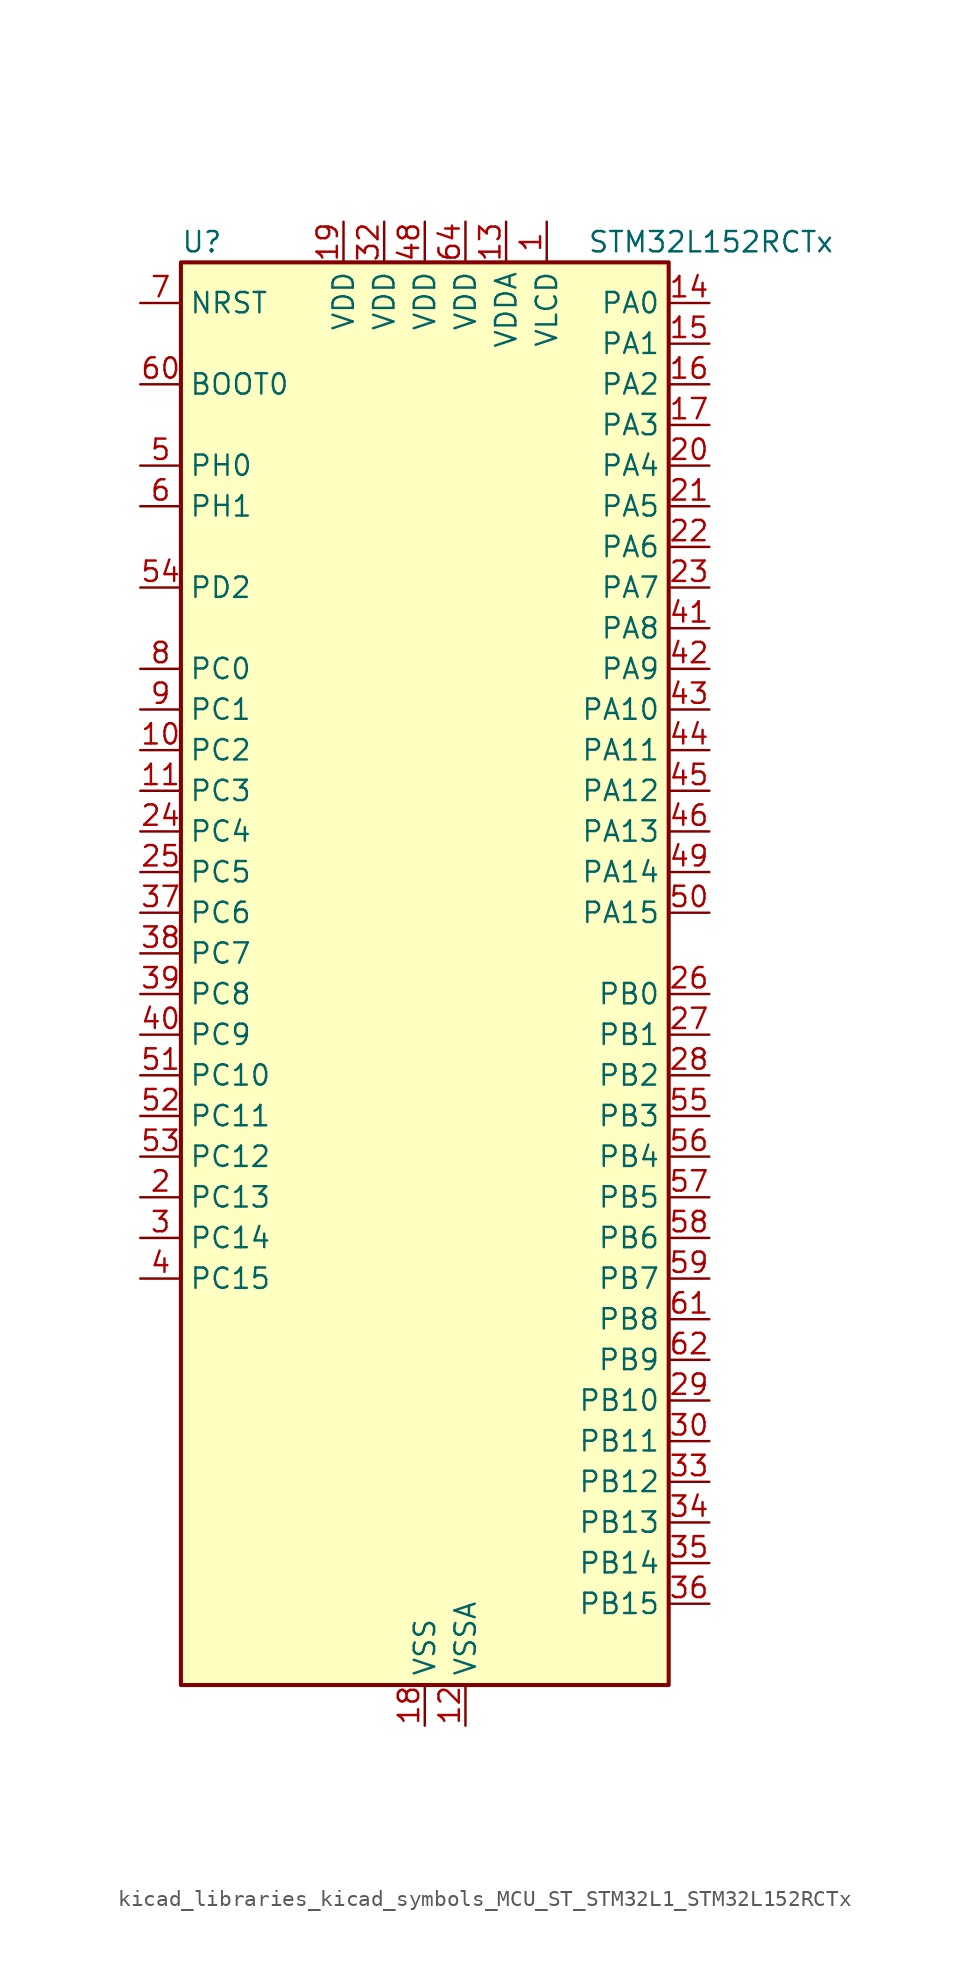
<source format=kicad_sym>
(kicad_symbol_lib
  (version 20220914)
  (generator kicad_symbol_editor)
  (symbol "kicad_libraries_kicad_symbols_MCU_ST_STM32L1_STM32L152RCTx"
    (property "Reference" "U"
      (at -15.24 46.99 0)
      (effects (font (size 1.27 1.27)) (justify left)))
    (property "Value" "STM32L152RCTx"
      (at 10.16 46.99 0)
      (effects (font (size 1.27 1.27)) (justify left)))
    (property "ki_locked" ""
      (at 0 0 0)
      (effects (font (size 1.27 1.27))))
    (symbol "kicad_libraries_kicad_symbols_MCU_ST_STM32L1_STM32L152RCTx_0_1"
      (rectangle (start -15.24 -43.18) (end 15.24 45.72) (stroke (width 0.254) (type default)) (fill (type background))))
    (symbol "kicad_libraries_kicad_symbols_MCU_ST_STM32L1_STM32L152RCTx_1_1"
      (pin power_in line (at 7.62 48.26 270) (length 2.54) (name "VLCD" (effects (font (size 1.27 1.27)))) (number "1" (effects (font (size 1.27 1.27)))))
      (pin bidirectional line (at -17.78 15.24 0) (length 2.54) (name "PC2" (effects (font (size 1.27 1.27)))) (number "10" (effects (font (size 1.27 1.27)))) (alternate "ADC_IN12" bidirectional line) (alternate "COMP1_INP" bidirectional line) (alternate "LCD_SEG20" bidirectional line) (alternate "TIMX_IC3" bidirectional line) (alternate "TS_G8_IO3" bidirectional line))
      (pin bidirectional line (at -17.78 12.7 0) (length 2.54) (name "PC3" (effects (font (size 1.27 1.27)))) (number "11" (effects (font (size 1.27 1.27)))) (alternate "ADC_IN13" bidirectional line) (alternate "COMP1_INP" bidirectional line) (alternate "LCD_SEG21" bidirectional line) (alternate "TIMX_IC4" bidirectional line) (alternate "TS_G8_IO4" bidirectional line))
      (pin power_in line (at 2.54 -45.72 90) (length 2.54) (name "VSSA" (effects (font (size 1.27 1.27)))) (number "12" (effects (font (size 1.27 1.27)))))
      (pin power_in line (at 5.08 48.26 270) (length 2.54) (name "VDDA" (effects (font (size 1.27 1.27)))) (number "13" (effects (font (size 1.27 1.27)))))
      (pin bidirectional line (at 17.78 43.18 180) (length 2.54) (name "PA0" (effects (font (size 1.27 1.27)))) (number "14" (effects (font (size 1.27 1.27)))) (alternate "ADC_IN0" bidirectional line) (alternate "COMP1_INP" bidirectional line) (alternate "RTC_TAMP2" bidirectional line) (alternate "SYS_WKUP1" bidirectional line) (alternate "TIM2_CH1" bidirectional line) (alternate "TIM2_ETR" bidirectional line) (alternate "TIM5_CH1" bidirectional line) (alternate "TIMX_IC1" bidirectional line) (alternate "TS_G1_IO1" bidirectional line) (alternate "USART2_CTS" bidirectional line))
      (pin bidirectional line (at 17.78 40.64 180) (length 2.54) (name "PA1" (effects (font (size 1.27 1.27)))) (number "15" (effects (font (size 1.27 1.27)))) (alternate "ADC_IN1" bidirectional line) (alternate "COMP1_INP" bidirectional line) (alternate "LCD_SEG0" bidirectional line) (alternate "OPAMP1_VINP" bidirectional line) (alternate "TIM2_CH2" bidirectional line) (alternate "TIM5_CH2" bidirectional line) (alternate "TIMX_IC2" bidirectional line) (alternate "TS_G1_IO2" bidirectional line) (alternate "USART2_RTS" bidirectional line))
      (pin bidirectional line (at 17.78 38.1 180) (length 2.54) (name "PA2" (effects (font (size 1.27 1.27)))) (number "16" (effects (font (size 1.27 1.27)))) (alternate "ADC_IN2" bidirectional line) (alternate "COMP1_INP" bidirectional line) (alternate "LCD_SEG1" bidirectional line) (alternate "OPAMP1_VINM" bidirectional line) (alternate "TIM2_CH3" bidirectional line) (alternate "TIM5_CH3" bidirectional line) (alternate "TIM9_CH1" bidirectional line) (alternate "TIMX_IC3" bidirectional line) (alternate "TS_G1_IO3" bidirectional line) (alternate "USART2_TX" bidirectional line))
      (pin bidirectional line (at 17.78 35.56 180) (length 2.54) (name "PA3" (effects (font (size 1.27 1.27)))) (number "17" (effects (font (size 1.27 1.27)))) (alternate "ADC_IN3" bidirectional line) (alternate "COMP1_INP" bidirectional line) (alternate "LCD_SEG2" bidirectional line) (alternate "OPAMP1_VOUT" bidirectional line) (alternate "TIM2_CH4" bidirectional line) (alternate "TIM5_CH4" bidirectional line) (alternate "TIM9_CH2" bidirectional line) (alternate "TIMX_IC4" bidirectional line) (alternate "TS_G1_IO4" bidirectional line) (alternate "USART2_RX" bidirectional line))
      (pin power_in line (at 0 -45.72 90) (length 2.54) (name "VSS" (effects (font (size 1.27 1.27)))) (number "18" (effects (font (size 1.27 1.27)))))
      (pin power_in line (at -5.08 48.26 270) (length 2.54) (name "VDD" (effects (font (size 1.27 1.27)))) (number "19" (effects (font (size 1.27 1.27)))))
      (pin bidirectional line (at -17.78 -12.7 0) (length 2.54) (name "PC13" (effects (font (size 1.27 1.27)))) (number "2" (effects (font (size 1.27 1.27)))) (alternate "RTC_OUT_ALARM" bidirectional line) (alternate "RTC_OUT_CALIB" bidirectional line) (alternate "RTC_TAMP1" bidirectional line) (alternate "RTC_TS" bidirectional line) (alternate "SYS_WKUP2" bidirectional line) (alternate "TIMX_IC2" bidirectional line))
      (pin bidirectional line (at 17.78 33.02 180) (length 2.54) (name "PA4" (effects (font (size 1.27 1.27)))) (number "20" (effects (font (size 1.27 1.27)))) (alternate "ADC_IN4" bidirectional line) (alternate "COMP1_INP" bidirectional line) (alternate "DAC_OUT1" bidirectional line) (alternate "I2S3_WS" bidirectional line) (alternate "SPI1_NSS" bidirectional line) (alternate "SPI3_NSS" bidirectional line) (alternate "TIMX_IC1" bidirectional line) (alternate "USART2_CK" bidirectional line))
      (pin bidirectional line (at 17.78 30.48 180) (length 2.54) (name "PA5" (effects (font (size 1.27 1.27)))) (number "21" (effects (font (size 1.27 1.27)))) (alternate "ADC_IN5" bidirectional line) (alternate "COMP1_INP" bidirectional line) (alternate "DAC_OUT2" bidirectional line) (alternate "SPI1_SCK" bidirectional line) (alternate "TIM2_CH1" bidirectional line) (alternate "TIM2_ETR" bidirectional line) (alternate "TIMX_IC2" bidirectional line))
      (pin bidirectional line (at 17.78 27.94 180) (length 2.54) (name "PA6" (effects (font (size 1.27 1.27)))) (number "22" (effects (font (size 1.27 1.27)))) (alternate "ADC_IN6" bidirectional line) (alternate "COMP1_INP" bidirectional line) (alternate "LCD_SEG3" bidirectional line) (alternate "OPAMP2_VINP" bidirectional line) (alternate "SPI1_MISO" bidirectional line) (alternate "TIM10_CH1" bidirectional line) (alternate "TIM3_CH1" bidirectional line) (alternate "TIMX_IC3" bidirectional line) (alternate "TS_G2_IO1" bidirectional line))
      (pin bidirectional line (at 17.78 25.4 180) (length 2.54) (name "PA7" (effects (font (size 1.27 1.27)))) (number "23" (effects (font (size 1.27 1.27)))) (alternate "ADC_IN7" bidirectional line) (alternate "COMP1_INP" bidirectional line) (alternate "LCD_SEG4" bidirectional line) (alternate "OPAMP2_VINM" bidirectional line) (alternate "SPI1_MOSI" bidirectional line) (alternate "TIM11_CH1" bidirectional line) (alternate "TIM3_CH2" bidirectional line) (alternate "TIMX_IC4" bidirectional line) (alternate "TS_G2_IO2" bidirectional line))
      (pin bidirectional line (at -17.78 10.16 0) (length 2.54) (name "PC4" (effects (font (size 1.27 1.27)))) (number "24" (effects (font (size 1.27 1.27)))) (alternate "ADC_IN14" bidirectional line) (alternate "COMP1_INP" bidirectional line) (alternate "LCD_SEG22" bidirectional line) (alternate "TIMX_IC1" bidirectional line) (alternate "TS_G9_IO1" bidirectional line))
      (pin bidirectional line (at -17.78 7.62 0) (length 2.54) (name "PC5" (effects (font (size 1.27 1.27)))) (number "25" (effects (font (size 1.27 1.27)))) (alternate "ADC_IN15" bidirectional line) (alternate "COMP1_INP" bidirectional line) (alternate "LCD_SEG23" bidirectional line) (alternate "TIMX_IC2" bidirectional line) (alternate "TS_G9_IO2" bidirectional line))
      (pin bidirectional line (at 17.78 0 180) (length 2.54) (name "PB0" (effects (font (size 1.27 1.27)))) (number "26" (effects (font (size 1.27 1.27)))) (alternate "ADC_IN8" bidirectional line) (alternate "COMP1_INP" bidirectional line) (alternate "LCD_SEG5" bidirectional line) (alternate "OPAMP2_VOUT" bidirectional line) (alternate "SYS_V_REF_OUT" bidirectional line) (alternate "TIM3_CH3" bidirectional line) (alternate "TS_G3_IO1" bidirectional line))
      (pin bidirectional line (at 17.78 -2.54 180) (length 2.54) (name "PB1" (effects (font (size 1.27 1.27)))) (number "27" (effects (font (size 1.27 1.27)))) (alternate "ADC_IN9" bidirectional line) (alternate "COMP1_INP" bidirectional line) (alternate "LCD_SEG6" bidirectional line) (alternate "SYS_V_REF_OUT" bidirectional line) (alternate "TIM3_CH4" bidirectional line) (alternate "TS_G3_IO2" bidirectional line))
      (pin bidirectional line (at 17.78 -5.08 180) (length 2.54) (name "PB2" (effects (font (size 1.27 1.27)))) (number "28" (effects (font (size 1.27 1.27)))) (alternate "TS_G3_IO3" bidirectional line))
      (pin bidirectional line (at 17.78 -25.4 180) (length 2.54) (name "PB10" (effects (font (size 1.27 1.27)))) (number "29" (effects (font (size 1.27 1.27)))) (alternate "I2C2_SCL" bidirectional line) (alternate "LCD_SEG10" bidirectional line) (alternate "TIM2_CH3" bidirectional line) (alternate "USART3_TX" bidirectional line))
      (pin bidirectional line (at -17.78 -15.24 0) (length 2.54) (name "PC14" (effects (font (size 1.27 1.27)))) (number "3" (effects (font (size 1.27 1.27)))) (alternate "RCC_OSC32_IN" bidirectional line) (alternate "TIMX_IC3" bidirectional line))
      (pin bidirectional line (at 17.78 -27.94 180) (length 2.54) (name "PB11" (effects (font (size 1.27 1.27)))) (number "30" (effects (font (size 1.27 1.27)))) (alternate "ADC_EXTI11" bidirectional line) (alternate "I2C2_SDA" bidirectional line) (alternate "LCD_SEG11" bidirectional line) (alternate "TIM2_CH4" bidirectional line) (alternate "USART3_RX" bidirectional line))
      (pin passive line (at 0 -45.72 90) (length 2.54) hide (name "VSS" (effects (font (size 1.27 1.27)))) (number "31" (effects (font (size 1.27 1.27)))))
      (pin power_in line (at -2.54 48.26 270) (length 2.54) (name "VDD" (effects (font (size 1.27 1.27)))) (number "32" (effects (font (size 1.27 1.27)))))
      (pin bidirectional line (at 17.78 -30.48 180) (length 2.54) (name "PB12" (effects (font (size 1.27 1.27)))) (number "33" (effects (font (size 1.27 1.27)))) (alternate "ADC_IN18" bidirectional line) (alternate "COMP1_INP" bidirectional line) (alternate "I2C2_SMBA" bidirectional line) (alternate "I2S2_WS" bidirectional line) (alternate "LCD_SEG12" bidirectional line) (alternate "SPI2_NSS" bidirectional line) (alternate "TIM10_CH1" bidirectional line) (alternate "TS_G7_IO1" bidirectional line) (alternate "USART3_CK" bidirectional line))
      (pin bidirectional line (at 17.78 -33.02 180) (length 2.54) (name "PB13" (effects (font (size 1.27 1.27)))) (number "34" (effects (font (size 1.27 1.27)))) (alternate "ADC_IN19" bidirectional line) (alternate "COMP1_INP" bidirectional line) (alternate "I2S2_CK" bidirectional line) (alternate "LCD_SEG13" bidirectional line) (alternate "SPI2_SCK" bidirectional line) (alternate "TIM9_CH1" bidirectional line) (alternate "TS_G7_IO2" bidirectional line) (alternate "USART3_CTS" bidirectional line))
      (pin bidirectional line (at 17.78 -35.56 180) (length 2.54) (name "PB14" (effects (font (size 1.27 1.27)))) (number "35" (effects (font (size 1.27 1.27)))) (alternate "ADC_IN20" bidirectional line) (alternate "COMP1_INP" bidirectional line) (alternate "LCD_SEG14" bidirectional line) (alternate "SPI2_MISO" bidirectional line) (alternate "TIM9_CH2" bidirectional line) (alternate "TS_G7_IO3" bidirectional line) (alternate "USART3_RTS" bidirectional line))
      (pin bidirectional line (at 17.78 -38.1 180) (length 2.54) (name "PB15" (effects (font (size 1.27 1.27)))) (number "36" (effects (font (size 1.27 1.27)))) (alternate "ADC_EXTI15" bidirectional line) (alternate "ADC_IN21" bidirectional line) (alternate "COMP1_INP" bidirectional line) (alternate "I2S2_SD" bidirectional line) (alternate "LCD_SEG15" bidirectional line) (alternate "RTC_REFIN" bidirectional line) (alternate "SPI2_MOSI" bidirectional line) (alternate "TIM11_CH1" bidirectional line) (alternate "TS_G7_IO4" bidirectional line))
      (pin bidirectional line (at -17.78 5.08 0) (length 2.54) (name "PC6" (effects (font (size 1.27 1.27)))) (number "37" (effects (font (size 1.27 1.27)))) (alternate "I2S2_MCK" bidirectional line) (alternate "LCD_SEG24" bidirectional line) (alternate "TIM3_CH1" bidirectional line) (alternate "TIMX_IC3" bidirectional line) (alternate "TS_G10_IO1" bidirectional line))
      (pin bidirectional line (at -17.78 2.54 0) (length 2.54) (name "PC7" (effects (font (size 1.27 1.27)))) (number "38" (effects (font (size 1.27 1.27)))) (alternate "I2S3_MCK" bidirectional line) (alternate "LCD_SEG25" bidirectional line) (alternate "TIM3_CH2" bidirectional line) (alternate "TIMX_IC4" bidirectional line) (alternate "TS_G10_IO2" bidirectional line))
      (pin bidirectional line (at -17.78 0 0) (length 2.54) (name "PC8" (effects (font (size 1.27 1.27)))) (number "39" (effects (font (size 1.27 1.27)))) (alternate "LCD_SEG26" bidirectional line) (alternate "TIM3_CH3" bidirectional line) (alternate "TIMX_IC1" bidirectional line) (alternate "TS_G10_IO3" bidirectional line))
      (pin bidirectional line (at -17.78 -17.78 0) (length 2.54) (name "PC15" (effects (font (size 1.27 1.27)))) (number "4" (effects (font (size 1.27 1.27)))) (alternate "ADC_EXTI15" bidirectional line) (alternate "RCC_OSC32_OUT" bidirectional line) (alternate "TIMX_IC4" bidirectional line))
      (pin bidirectional line (at -17.78 -2.54 0) (length 2.54) (name "PC9" (effects (font (size 1.27 1.27)))) (number "40" (effects (font (size 1.27 1.27)))) (alternate "DAC_EXTI9" bidirectional line) (alternate "LCD_SEG27" bidirectional line) (alternate "TIM3_CH4" bidirectional line) (alternate "TIMX_IC2" bidirectional line) (alternate "TS_G10_IO4" bidirectional line))
      (pin bidirectional line (at 17.78 22.86 180) (length 2.54) (name "PA8" (effects (font (size 1.27 1.27)))) (number "41" (effects (font (size 1.27 1.27)))) (alternate "LCD_COM0" bidirectional line) (alternate "RCC_MCO" bidirectional line) (alternate "TIMX_IC1" bidirectional line) (alternate "TS_G4_IO1" bidirectional line) (alternate "USART1_CK" bidirectional line))
      (pin bidirectional line (at 17.78 20.32 180) (length 2.54) (name "PA9" (effects (font (size 1.27 1.27)))) (number "42" (effects (font (size 1.27 1.27)))) (alternate "DAC_EXTI9" bidirectional line) (alternate "LCD_COM1" bidirectional line) (alternate "TIMX_IC2" bidirectional line) (alternate "TS_G4_IO2" bidirectional line) (alternate "USART1_TX" bidirectional line))
      (pin bidirectional line (at 17.78 17.78 180) (length 2.54) (name "PA10" (effects (font (size 1.27 1.27)))) (number "43" (effects (font (size 1.27 1.27)))) (alternate "LCD_COM2" bidirectional line) (alternate "TIMX_IC3" bidirectional line) (alternate "TS_G4_IO3" bidirectional line) (alternate "USART1_RX" bidirectional line))
      (pin bidirectional line (at 17.78 15.24 180) (length 2.54) (name "PA11" (effects (font (size 1.27 1.27)))) (number "44" (effects (font (size 1.27 1.27)))) (alternate "ADC_EXTI11" bidirectional line) (alternate "SPI1_MISO" bidirectional line) (alternate "TIMX_IC4" bidirectional line) (alternate "USART1_CTS" bidirectional line) (alternate "USB_DM" bidirectional line))
      (pin bidirectional line (at 17.78 12.7 180) (length 2.54) (name "PA12" (effects (font (size 1.27 1.27)))) (number "45" (effects (font (size 1.27 1.27)))) (alternate "SPI1_MOSI" bidirectional line) (alternate "TIMX_IC1" bidirectional line) (alternate "USART1_RTS" bidirectional line) (alternate "USB_DP" bidirectional line))
      (pin bidirectional line (at 17.78 10.16 180) (length 2.54) (name "PA13" (effects (font (size 1.27 1.27)))) (number "46" (effects (font (size 1.27 1.27)))) (alternate "SYS_JTMS-SWDIO" bidirectional line) (alternate "TIMX_IC2" bidirectional line) (alternate "TS_G5_IO1" bidirectional line))
      (pin passive line (at 0 -45.72 90) (length 2.54) hide (name "VSS" (effects (font (size 1.27 1.27)))) (number "47" (effects (font (size 1.27 1.27)))))
      (pin power_in line (at 0 48.26 270) (length 2.54) (name "VDD" (effects (font (size 1.27 1.27)))) (number "48" (effects (font (size 1.27 1.27)))))
      (pin bidirectional line (at 17.78 7.62 180) (length 2.54) (name "PA14" (effects (font (size 1.27 1.27)))) (number "49" (effects (font (size 1.27 1.27)))) (alternate "SYS_JTCK-SWCLK" bidirectional line) (alternate "TIMX_IC3" bidirectional line) (alternate "TS_G5_IO2" bidirectional line))
      (pin bidirectional line (at -17.78 33.02 0) (length 2.54) (name "PH0" (effects (font (size 1.27 1.27)))) (number "5" (effects (font (size 1.27 1.27)))) (alternate "RCC_OSC_IN" bidirectional line))
      (pin bidirectional line (at 17.78 5.08 180) (length 2.54) (name "PA15" (effects (font (size 1.27 1.27)))) (number "50" (effects (font (size 1.27 1.27)))) (alternate "ADC_EXTI15" bidirectional line) (alternate "I2S3_WS" bidirectional line) (alternate "LCD_SEG17" bidirectional line) (alternate "SPI1_NSS" bidirectional line) (alternate "SPI3_NSS" bidirectional line) (alternate "SYS_JTDI" bidirectional line) (alternate "TIM2_CH1" bidirectional line) (alternate "TIM2_ETR" bidirectional line) (alternate "TIMX_IC4" bidirectional line) (alternate "TS_G5_IO3" bidirectional line))
      (pin bidirectional line (at -17.78 -5.08 0) (length 2.54) (name "PC10" (effects (font (size 1.27 1.27)))) (number "51" (effects (font (size 1.27 1.27)))) (alternate "I2S3_CK" bidirectional line) (alternate "LCD_COM4" bidirectional line) (alternate "LCD_SEG28" bidirectional line) (alternate "SPI3_SCK" bidirectional line) (alternate "TIMX_IC3" bidirectional line) (alternate "USART3_TX" bidirectional line))
      (pin bidirectional line (at -17.78 -7.62 0) (length 2.54) (name "PC11" (effects (font (size 1.27 1.27)))) (number "52" (effects (font (size 1.27 1.27)))) (alternate "ADC_EXTI11" bidirectional line) (alternate "LCD_COM5" bidirectional line) (alternate "LCD_SEG29" bidirectional line) (alternate "SPI3_MISO" bidirectional line) (alternate "TIMX_IC4" bidirectional line) (alternate "USART3_RX" bidirectional line))
      (pin bidirectional line (at -17.78 -10.16 0) (length 2.54) (name "PC12" (effects (font (size 1.27 1.27)))) (number "53" (effects (font (size 1.27 1.27)))) (alternate "I2S3_SD" bidirectional line) (alternate "LCD_COM6" bidirectional line) (alternate "LCD_SEG30" bidirectional line) (alternate "SPI3_MOSI" bidirectional line) (alternate "TIMX_IC1" bidirectional line) (alternate "USART3_CK" bidirectional line))
      (pin bidirectional line (at -17.78 25.4 0) (length 2.54) (name "PD2" (effects (font (size 1.27 1.27)))) (number "54" (effects (font (size 1.27 1.27)))) (alternate "LCD_COM7" bidirectional line) (alternate "LCD_SEG31" bidirectional line) (alternate "TIM3_ETR" bidirectional line) (alternate "TIMX_IC3" bidirectional line))
      (pin bidirectional line (at 17.78 -7.62 180) (length 2.54) (name "PB3" (effects (font (size 1.27 1.27)))) (number "55" (effects (font (size 1.27 1.27)))) (alternate "COMP2_INM" bidirectional line) (alternate "I2S3_CK" bidirectional line) (alternate "LCD_SEG7" bidirectional line) (alternate "SPI1_SCK" bidirectional line) (alternate "SPI3_SCK" bidirectional line) (alternate "SYS_JTDO-TRACESWO" bidirectional line) (alternate "TIM2_CH2" bidirectional line))
      (pin bidirectional line (at 17.78 -10.16 180) (length 2.54) (name "PB4" (effects (font (size 1.27 1.27)))) (number "56" (effects (font (size 1.27 1.27)))) (alternate "COMP2_INP" bidirectional line) (alternate "LCD_SEG8" bidirectional line) (alternate "SPI1_MISO" bidirectional line) (alternate "SPI3_MISO" bidirectional line) (alternate "SYS_JTRST" bidirectional line) (alternate "TIM3_CH1" bidirectional line) (alternate "TS_G6_IO1" bidirectional line))
      (pin bidirectional line (at 17.78 -12.7 180) (length 2.54) (name "PB5" (effects (font (size 1.27 1.27)))) (number "57" (effects (font (size 1.27 1.27)))) (alternate "COMP2_INP" bidirectional line) (alternate "I2C1_SMBA" bidirectional line) (alternate "I2S3_SD" bidirectional line) (alternate "LCD_SEG9" bidirectional line) (alternate "SPI1_MOSI" bidirectional line) (alternate "SPI3_MOSI" bidirectional line) (alternate "TIM3_CH2" bidirectional line) (alternate "TS_G6_IO2" bidirectional line))
      (pin bidirectional line (at 17.78 -15.24 180) (length 2.54) (name "PB6" (effects (font (size 1.27 1.27)))) (number "58" (effects (font (size 1.27 1.27)))) (alternate "COMP2_INP" bidirectional line) (alternate "I2C1_SCL" bidirectional line) (alternate "TIM4_CH1" bidirectional line) (alternate "TS_G6_IO3" bidirectional line) (alternate "USART1_TX" bidirectional line))
      (pin bidirectional line (at 17.78 -17.78 180) (length 2.54) (name "PB7" (effects (font (size 1.27 1.27)))) (number "59" (effects (font (size 1.27 1.27)))) (alternate "COMP2_INP" bidirectional line) (alternate "I2C1_SDA" bidirectional line) (alternate "SYS_PVD_IN" bidirectional line) (alternate "TIM4_CH2" bidirectional line) (alternate "TS_G6_IO4" bidirectional line) (alternate "USART1_RX" bidirectional line))
      (pin bidirectional line (at -17.78 30.48 0) (length 2.54) (name "PH1" (effects (font (size 1.27 1.27)))) (number "6" (effects (font (size 1.27 1.27)))) (alternate "RCC_OSC_OUT" bidirectional line))
      (pin input line (at -17.78 38.1 0) (length 2.54) (name "BOOT0" (effects (font (size 1.27 1.27)))) (number "60" (effects (font (size 1.27 1.27)))))
      (pin bidirectional line (at 17.78 -20.32 180) (length 2.54) (name "PB8" (effects (font (size 1.27 1.27)))) (number "61" (effects (font (size 1.27 1.27)))) (alternate "I2C1_SCL" bidirectional line) (alternate "LCD_SEG16" bidirectional line) (alternate "TIM10_CH1" bidirectional line) (alternate "TIM4_CH3" bidirectional line))
      (pin bidirectional line (at 17.78 -22.86 180) (length 2.54) (name "PB9" (effects (font (size 1.27 1.27)))) (number "62" (effects (font (size 1.27 1.27)))) (alternate "DAC_EXTI9" bidirectional line) (alternate "I2C1_SDA" bidirectional line) (alternate "LCD_COM3" bidirectional line) (alternate "TIM11_CH1" bidirectional line) (alternate "TIM4_CH4" bidirectional line))
      (pin passive line (at 0 -45.72 90) (length 2.54) hide (name "VSS" (effects (font (size 1.27 1.27)))) (number "63" (effects (font (size 1.27 1.27)))))
      (pin power_in line (at 2.54 48.26 270) (length 2.54) (name "VDD" (effects (font (size 1.27 1.27)))) (number "64" (effects (font (size 1.27 1.27)))))
      (pin input line (at -17.78 43.18 0) (length 2.54) (name "NRST" (effects (font (size 1.27 1.27)))) (number "7" (effects (font (size 1.27 1.27)))))
      (pin bidirectional line (at -17.78 20.32 0) (length 2.54) (name "PC0" (effects (font (size 1.27 1.27)))) (number "8" (effects (font (size 1.27 1.27)))) (alternate "ADC_IN10" bidirectional line) (alternate "COMP1_INP" bidirectional line) (alternate "LCD_SEG18" bidirectional line) (alternate "TIMX_IC1" bidirectional line) (alternate "TS_G8_IO1" bidirectional line))
      (pin bidirectional line (at -17.78 17.78 0) (length 2.54) (name "PC1" (effects (font (size 1.27 1.27)))) (number "9" (effects (font (size 1.27 1.27)))) (alternate "ADC_IN11" bidirectional line) (alternate "COMP1_INP" bidirectional line) (alternate "LCD_SEG19" bidirectional line) (alternate "TIMX_IC2" bidirectional line) (alternate "TS_G8_IO2" bidirectional line)))))
</source>
